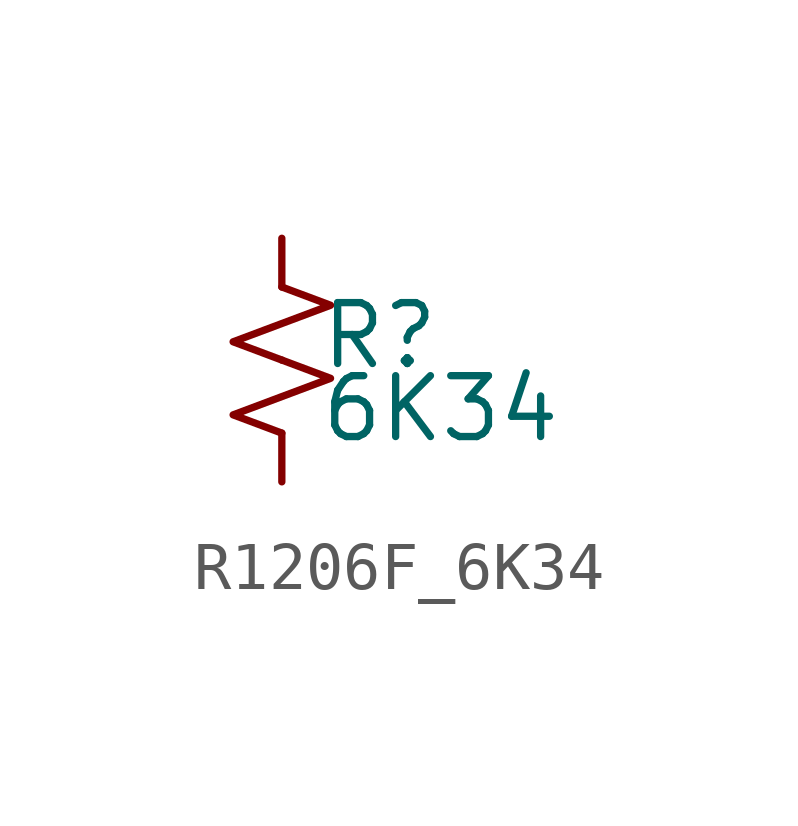
<source format=kicad_sym>
(kicad_symbol_lib
  (version 20220914)
  (generator kicad_symbol_editor)
  (symbol "R1206F_6K34"
    (pin_numbers hide)
    (pin_names
      (offset 0.254) hide)
    (property "Reference" "R"
      (at 0.762 0.508 0)
      (effects (font (size 1.27 1.27)) (justify left)))
    (property "Value" "6K34"
      (at 0.762 -1.016 0)
      (effects (font (size 1.27 1.27)) (justify left)))
    (symbol "R1206F_6K34_1_1"
      (polyline (pts (xy 0 0) (xy 1.016 -0.381) (xy 0 -0.762) (xy -1.016 -1.143) (xy 0 -1.524)) (stroke (width 0) (type default)) (fill (type none)))
      (polyline (pts (xy 0 1.524) (xy 1.016 1.143) (xy 0 0.762) (xy -1.016 0.381) (xy 0 0)) (stroke (width 0) (type default)) (fill (type none)))
      (pin passive line (at 0 2.54 270) (length 1.016) (name "~" (effects (font (size 1.27 1.27)))) (number "1" (effects (font (size 1.27 1.27)))))
      (pin passive line (at 0 -2.54 90) (length 1.016) (name "~" (effects (font (size 1.27 1.27)))) (number "2" (effects (font (size 1.27 1.27))))))))
</source>
